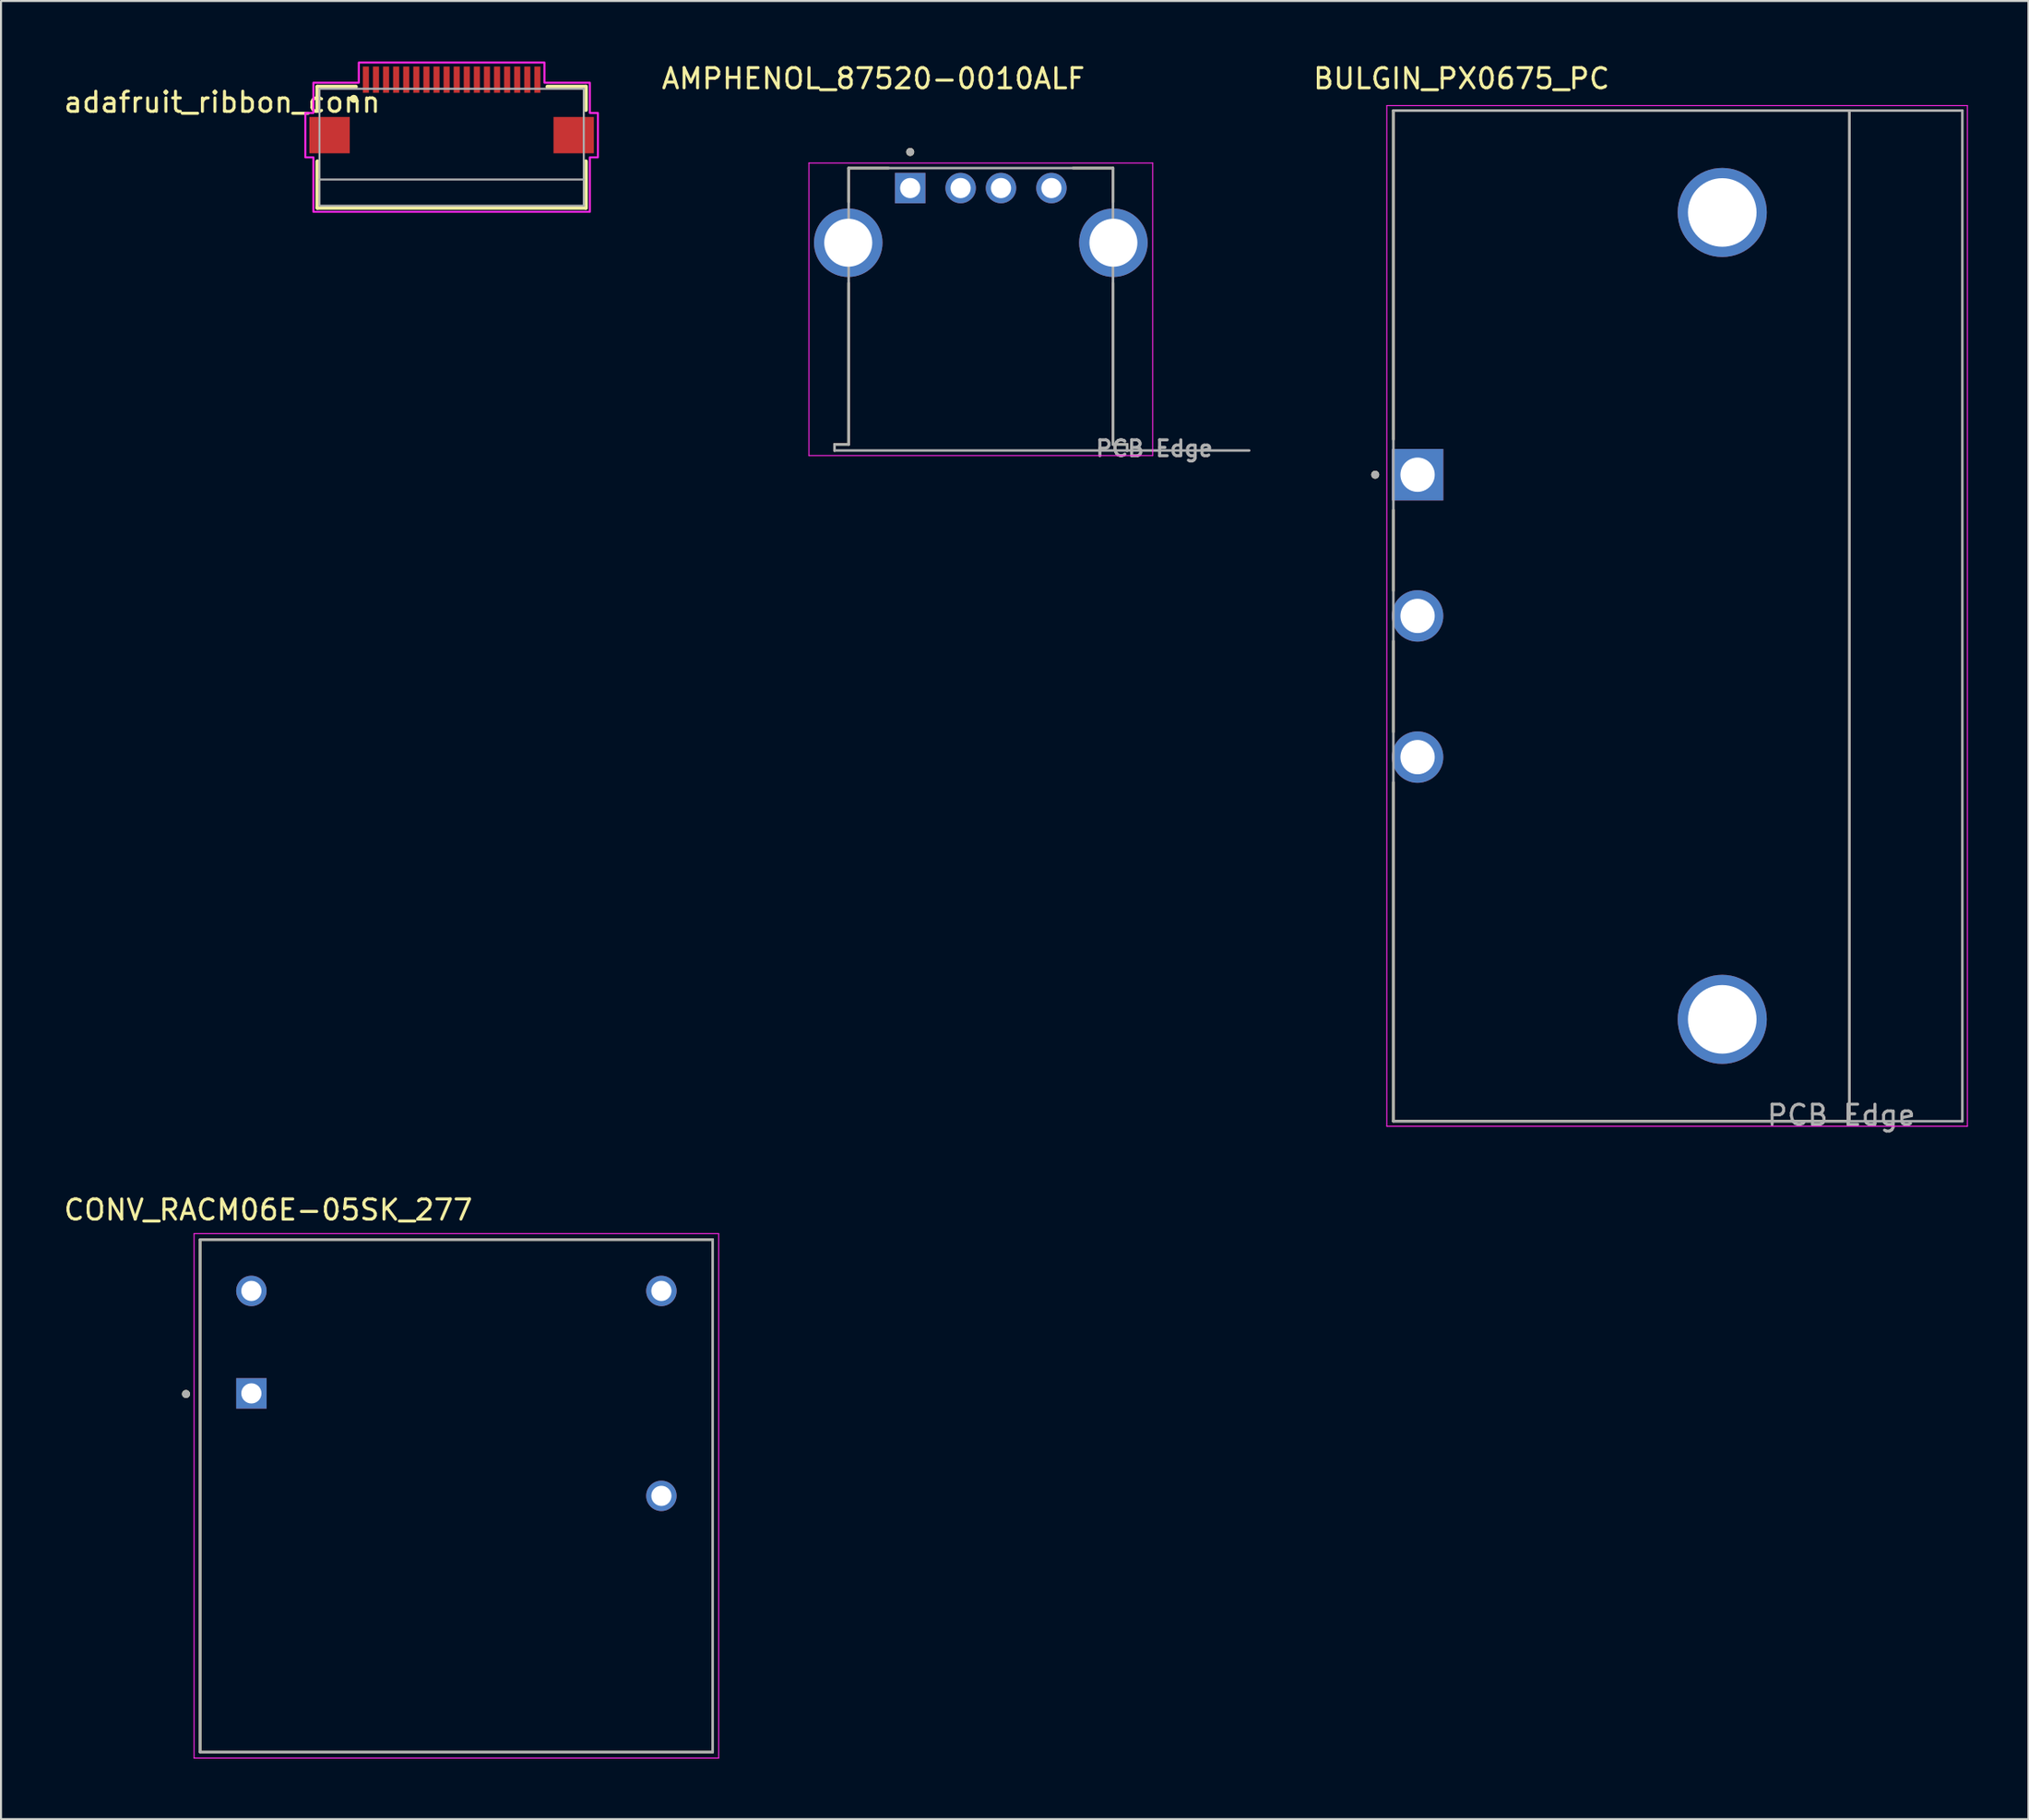
<source format=kicad_pcb>
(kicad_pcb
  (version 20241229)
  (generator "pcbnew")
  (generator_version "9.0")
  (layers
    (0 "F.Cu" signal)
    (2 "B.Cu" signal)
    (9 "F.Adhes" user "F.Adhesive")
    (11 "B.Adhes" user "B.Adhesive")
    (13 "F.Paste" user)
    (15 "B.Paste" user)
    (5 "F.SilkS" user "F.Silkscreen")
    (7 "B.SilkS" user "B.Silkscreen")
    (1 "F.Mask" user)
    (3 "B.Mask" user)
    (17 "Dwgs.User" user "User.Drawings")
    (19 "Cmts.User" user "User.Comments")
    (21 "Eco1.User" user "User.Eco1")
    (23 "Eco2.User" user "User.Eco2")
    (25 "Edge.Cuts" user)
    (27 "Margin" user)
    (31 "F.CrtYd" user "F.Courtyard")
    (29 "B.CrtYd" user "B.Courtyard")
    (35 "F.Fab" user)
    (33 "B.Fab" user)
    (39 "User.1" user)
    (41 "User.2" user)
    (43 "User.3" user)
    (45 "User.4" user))
  (footprint "adafruit_ribbon_conn"
    (layer "F.Cu")
    (at 19.333 4.25)
    (property "Reference" "adafruit_ribbon_conn" (at -11.375 -2.235 0) (layer "F.SilkS") (effects (font (size 1 1) (thickness 0.15))))
    (attr smd)
    (fp_line (start -6.65 -3) (end -6.65 -1.85) (stroke (width 0.2) (type solid)) (layer "F.SilkS"))
    (fp_line (start -6.65 0.7) (end -6.65 3) (stroke (width 0.2) (type solid)) (layer "F.SilkS"))
    (fp_line (start -6.65 3) (end 6.65 3) (stroke (width 0.2) (type solid)) (layer "F.SilkS"))
    (fp_line (start -4.75 -3) (end -6.65 -3) (stroke (width 0.2) (type solid)) (layer "F.SilkS"))
    (fp_line (start 4.75 -3) (end 6.65 -3) (stroke (width 0.2) (type solid)) (layer "F.SilkS"))
    (fp_line (start 6.65 -3) (end 6.65 -1.85) (stroke (width 0.2) (type solid)) (layer "F.SilkS"))
    (fp_line (start 6.65 3) (end 6.65 0.7) (stroke (width 0.2) (type solid)) (layer "F.SilkS"))
    (fp_circle (center -4.85 -2.4) (end -4.75 -2.4) (stroke (width 0.2) (type solid)) (fill no) (layer "F.SilkS"))
    (fp_poly (pts (xy -4.6 -4.2) (xy 4.6 -4.2) (xy 4.6 -3.2) (xy 6.85 -3.2) (xy 6.85 -1.7) (xy 7.25 -1.7) (xy 7.25 0.5) (xy 6.85 0.5) (xy 6.85 3.2) (xy -6.85 3.2) (xy -6.85 0.5) (xy -7.25 0.5) (xy -7.25 -1.7) (xy -6.85 -1.7) (xy -6.85 -3.2) (xy -4.6 -3.2)) (stroke (width 0.1) (type solid)) (fill no) (layer "F.CrtYd"))
    (fp_line (start -6.55 -2.9) (end 6.55 -2.9) (stroke (width 0.1) (type solid)) (layer "F.Fab"))
    (fp_line (start -6.55 1.6) (end -6.55 -2.9) (stroke (width 0.1) (type solid)) (layer "F.Fab"))
    (fp_line (start -6.55 1.6) (end 6.55 1.6) (stroke (width 0.1) (type solid)) (layer "F.Fab"))
    (fp_line (start -6.55 2.9) (end -6.55 1.6) (stroke (width 0.1) (type solid)) (layer "F.Fab"))
    (fp_line (start 6.55 -2.9) (end 6.55 1.6) (stroke (width 0.1) (type solid)) (layer "F.Fab"))
    (fp_line (start 6.55 1.6) (end 6.55 2.9) (stroke (width 0.1) (type solid)) (layer "F.Fab"))
    (fp_line (start 6.55 2.9) (end -6.55 2.9) (stroke (width 0.1) (type solid)) (layer "F.Fab"))
    (pad "1" smd rect (at -4.25 -3.35) (size 0.3 1.3) (layers "F.Cu" "F.Mask" "F.Paste"))
    (pad "2" smd rect (at -3.75 -3.35) (size 0.3 1.3) (layers "F.Cu" "F.Mask" "F.Paste"))
    (pad "3" smd rect (at -3.25 -3.35) (size 0.3 1.3) (layers "F.Cu" "F.Mask" "F.Paste"))
    (pad "4" smd rect (at -2.75 -3.35) (size 0.3 1.3) (layers "F.Cu" "F.Mask" "F.Paste"))
    (pad "5" smd rect (at -2.25 -3.35) (size 0.3 1.3) (layers "F.Cu" "F.Mask" "F.Paste"))
    (pad "6" smd rect (at -1.75 -3.35) (size 0.3 1.3) (layers "F.Cu" "F.Mask" "F.Paste"))
    (pad "7" smd rect (at -1.25 -3.35) (size 0.3 1.3) (layers "F.Cu" "F.Mask" "F.Paste"))
    (pad "8" smd rect (at -0.75 -3.35) (size 0.3 1.3) (layers "F.Cu" "F.Mask" "F.Paste"))
    (pad "9" smd rect (at -0.25 -3.35) (size 0.3 1.3) (layers "F.Cu" "F.Mask" "F.Paste"))
    (pad "10" smd rect (at 0.25 -3.35) (size 0.3 1.3) (layers "F.Cu" "F.Mask" "F.Paste"))
    (pad "11" smd rect (at 0.75 -3.35) (size 0.3 1.3) (layers "F.Cu" "F.Mask" "F.Paste"))
    (pad "12" smd rect (at 1.25 -3.35) (size 0.3 1.3) (layers "F.Cu" "F.Mask" "F.Paste"))
    (pad "13" smd rect (at 1.75 -3.35) (size 0.3 1.3) (layers "F.Cu" "F.Mask" "F.Paste"))
    (pad "14" smd rect (at 2.25 -3.35) (size 0.3 1.3) (layers "F.Cu" "F.Mask" "F.Paste"))
    (pad "15" smd rect (at 2.75 -3.35) (size 0.3 1.3) (layers "F.Cu" "F.Mask" "F.Paste"))
    (pad "16" smd rect (at 3.25 -3.35) (size 0.3 1.3) (layers "F.Cu" "F.Mask" "F.Paste"))
    (pad "17" smd rect (at 3.75 -3.35) (size 0.3 1.3) (layers "F.Cu" "F.Mask" "F.Paste"))
    (pad "18" smd rect (at 4.25 -3.35) (size 0.3 1.3) (layers "F.Cu" "F.Mask" "F.Paste"))
    (pad "Z1" smd rect (at -6.05 -0.6) (size 2 1.8) (layers "F.Cu" "F.Mask" "F.Paste"))
    (pad "Z2" smd rect (at 6.05 -0.6) (size 2 1.8) (layers "F.Cu" "F.Mask" "F.Paste")))
  (footprint "AMPHENOL_87520-0010ALF"
    (layer "F.Cu")
    (at 45.56 8.983)
    (property "Reference" "AMPHENOL_87520-0010ALF" (at -5.325 -8.135 0) (layer "F.SilkS") (effects (font (size 1 1) (thickness 0.15))))
    (attr through_hole)
    (fp_line (start -7.25 10.3) (end -7.25 10) (stroke (width 0.127) (type solid)) (layer "F.SilkS"))
    (fp_line (start -6.55 -3.7) (end -4.574 -3.7) (stroke (width 0.127) (type solid)) (layer "F.SilkS"))
    (fp_line (start -6.55 -2.018) (end -6.55 -3.7) (stroke (width 0.127) (type solid)) (layer "F.SilkS"))
    (fp_line (start -6.55 2) (end -6.55 10) (stroke (width 0.127) (type solid)) (layer "F.SilkS"))
    (fp_line (start -6.55 10) (end -7.25 10) (stroke (width 0.127) (type solid)) (layer "F.SilkS"))
    (fp_line (start 4.574 -3.7) (end 6.55 -3.7) (stroke (width 0.127) (type solid)) (layer "F.SilkS"))
    (fp_line (start 6.55 -3.7) (end 6.55 -2.018) (stroke (width 0.127) (type solid)) (layer "F.SilkS"))
    (fp_line (start 6.55 2) (end 6.55 10) (stroke (width 0.127) (type solid)) (layer "F.SilkS"))
    (fp_line (start 6.55 10) (end 7.25 10) (stroke (width 0.127) (type solid)) (layer "F.SilkS"))
    (fp_line (start 7.25 10.3) (end 7.25 10) (stroke (width 0.127) (type solid)) (layer "F.SilkS"))
    (fp_circle (center -3.5 -4.5) (end -3.4 -4.5) (stroke (width 0.2) (type solid)) (fill no) (layer "F.SilkS"))
    (fp_line (start -8.518 -3.95) (end -8.518 10.55) (stroke (width 0.05) (type solid)) (layer "F.CrtYd"))
    (fp_line (start -8.518 10.55) (end 8.518 10.55) (stroke (width 0.05) (type solid)) (layer "F.CrtYd"))
    (fp_line (start 8.518 -3.95) (end -8.518 -3.95) (stroke (width 0.05) (type solid)) (layer "F.CrtYd"))
    (fp_line (start 8.518 10.55) (end 8.518 -3.95) (stroke (width 0.05) (type solid)) (layer "F.CrtYd"))
    (fp_line (start -7.25 10) (end -6.55 10) (stroke (width 0.127) (type solid)) (layer "F.Fab"))
    (fp_line (start -7.25 10.3) (end -7.25 10) (stroke (width 0.127) (type solid)) (layer "F.Fab"))
    (fp_line (start -7.25 10.3) (end 7.25 10.3) (stroke (width 0.127) (type solid)) (layer "F.Fab"))
    (fp_line (start -6.55 -3.7) (end 6.55 -3.7) (stroke (width 0.127) (type solid)) (layer "F.Fab"))
    (fp_line (start -6.55 10) (end -6.55 -3.7) (stroke (width 0.127) (type solid)) (layer "F.Fab"))
    (fp_line (start 6.55 10) (end 6.55 -3.7) (stroke (width 0.127) (type solid)) (layer "F.Fab"))
    (fp_line (start 7.25 10) (end 6.55 10) (stroke (width 0.127) (type solid)) (layer "F.Fab"))
    (fp_line (start 7.25 10) (end 7.25 10.3) (stroke (width 0.127) (type solid)) (layer "F.Fab"))
    (fp_line (start 7.25 10.3) (end 13.3 10.3) (stroke (width 0.127) (type solid)) (layer "F.Fab"))
    (fp_circle (center -3.5 -4.5) (end -3.4 -4.5) (stroke (width 0.2) (type solid)) (fill no) (layer "F.Fab"))
    (fp_text user "PCB Edge" (at 8.6 10.2 0) (layer "F.Fab") (effects (font (size 0.787 0.787) (thickness 0.15))))
    (pad "1" thru_hole rect (at -3.5 -2.71) (size 1.508 1.508) (drill 1) (layers "*.Cu" "*.Mask"))
    (pad "2" thru_hole circle (at -1 -2.71) (size 1.508 1.508) (drill 1) (layers "*.Cu" "*.Mask"))
    (pad "3" thru_hole circle (at 1 -2.71) (size 1.508 1.508) (drill 1) (layers "*.Cu" "*.Mask"))
    (pad "4" thru_hole circle (at 3.5 -2.71) (size 1.508 1.508) (drill 1) (layers "*.Cu" "*.Mask"))
    (pad "5" thru_hole circle (at -6.57 0) (size 3.396 3.396) (drill 2.38) (layers "*.Cu" "*.Mask"))
    (pad "5" thru_hole circle (at 6.57 0) (size 3.396 3.396) (drill 2.38) (layers "*.Cu" "*.Mask")))
  (footprint "BULGIN_PX0675_PC"
    (layer "F.Cu")
    (at 80.106 27.483)
    (property "Reference" "BULGIN_PX0675_PC" (at -10.725 -26.635 0) (layer "F.SilkS") (effects (font (size 1 1) (thickness 0.15))))
    (attr through_hole)
    (fp_line (start -14.1 -25.05) (end 8.5 -25.05) (stroke (width 0.127) (type solid)) (layer "F.SilkS"))
    (fp_line (start -14.1 -8.75) (end -14.1 -25.05) (stroke (width 0.127) (type solid)) (layer "F.SilkS"))
    (fp_line (start -14.1 -1.25) (end -14.1 -5.25) (stroke (width 0.127) (type solid)) (layer "F.SilkS"))
    (fp_line (start -14.1 5.75) (end -14.1 1.25) (stroke (width 0.127) (type solid)) (layer "F.SilkS"))
    (fp_line (start -14.1 25.05) (end -14.1 8.25) (stroke (width 0.127) (type solid)) (layer "F.SilkS"))
    (fp_line (start 8.5 -25.05) (end 8.5 25.05) (stroke (width 0.127) (type solid)) (layer "F.SilkS"))
    (fp_line (start 8.5 25.05) (end -14.1 25.05) (stroke (width 0.127) (type solid)) (layer "F.SilkS"))
    (fp_circle (center -15 -7) (end -14.9 -7) (stroke (width 0.2) (type solid)) (fill no) (layer "F.SilkS"))
    (fp_line (start -14.425 -25.3) (end 14.35 -25.3) (stroke (width 0.05) (type solid)) (layer "F.CrtYd"))
    (fp_line (start -14.425 25.3) (end -14.425 -25.3) (stroke (width 0.05) (type solid)) (layer "F.CrtYd"))
    (fp_line (start 14.35 -25.3) (end 14.35 25.3) (stroke (width 0.05) (type solid)) (layer "F.CrtYd"))
    (fp_line (start 14.35 25.3) (end -14.425 25.3) (stroke (width 0.05) (type solid)) (layer "F.CrtYd"))
    (fp_line (start -14.1 -25.05) (end 8.5 -25.05) (stroke (width 0.127) (type solid)) (layer "F.Fab"))
    (fp_line (start -14.1 25.05) (end -14.1 -25.05) (stroke (width 0.127) (type solid)) (layer "F.Fab"))
    (fp_line (start 8.5 -25.05) (end 8.5 25.05) (stroke (width 0.127) (type solid)) (layer "F.Fab"))
    (fp_line (start 8.5 -25.05) (end 14.1 -25.05) (stroke (width 0.127) (type solid)) (layer "F.Fab"))
    (fp_line (start 8.5 25.05) (end -14.1 25.05) (stroke (width 0.127) (type solid)) (layer "F.Fab"))
    (fp_line (start 14.1 -25.05) (end 14.1 25.05) (stroke (width 0.127) (type solid)) (layer "F.Fab"))
    (fp_line (start 14.1 25.05) (end 8.5 25.05) (stroke (width 0.127) (type solid)) (layer "F.Fab"))
    (fp_circle (center -15 -7) (end -14.9 -7) (stroke (width 0.2) (type solid)) (fill no) (layer "F.Fab"))
    (fp_text user "PCB Edge" (at 8.1 24.75 0) (layer "F.Fab") (effects (font (size 1 1) (thickness 0.15))))
    (pad "1" thru_hole rect (at -12.9 -7) (size 2.55 2.55) (drill 1.7) (layers "*.Cu" "*.Mask"))
    (pad "2" thru_hole circle (at -12.9 7) (size 2.55 2.55) (drill 1.7) (layers "*.Cu" "*.Mask"))
    (pad "3" thru_hole circle (at -12.9 0) (size 2.55 2.55) (drill 1.7) (layers "*.Cu" "*.Mask"))
    (pad "S1" thru_hole circle (at 2.2 -20) (size 4.416 4.416) (drill 3.4) (layers "*.Cu" "*.Mask"))
    (pad "S2" thru_hole circle (at 2.2 20) (size 4.416 4.416) (drill 3.4) (layers "*.Cu" "*.Mask")))
  (footprint "CONV_RACM06E-05SK_277"
    (layer "F.Cu")
    (at 19.569 71.105)
    (property "Reference" "CONV_RACM06E-05SK_277" (at -9.325 -14.175 0) (layer "F.SilkS") (effects (font (size 1 1) (thickness 0.15))))
    (attr through_hole)
    (fp_line (start -12.7 -12.7) (end -12.7 12.7) (stroke (width 0.127) (type solid)) (layer "F.SilkS"))
    (fp_line (start -12.7 12.7) (end 12.7 12.7) (stroke (width 0.127) (type solid)) (layer "F.SilkS"))
    (fp_line (start 12.7 -12.7) (end -12.7 -12.7) (stroke (width 0.127) (type solid)) (layer "F.SilkS"))
    (fp_line (start 12.7 12.7) (end 12.7 -12.7) (stroke (width 0.127) (type solid)) (layer "F.SilkS"))
    (fp_circle (center -13.4 -5.05) (end -13.3 -5.05) (stroke (width 0.2) (type solid)) (fill no) (layer "F.SilkS"))
    (fp_line (start -13 -13) (end -13 13) (stroke (width 0.05) (type solid)) (layer "F.CrtYd"))
    (fp_line (start -13 13) (end 13 13) (stroke (width 0.05) (type solid)) (layer "F.CrtYd"))
    (fp_line (start 13 -13) (end -13 -13) (stroke (width 0.05) (type solid)) (layer "F.CrtYd"))
    (fp_line (start 13 13) (end 13 -13) (stroke (width 0.05) (type solid)) (layer "F.CrtYd"))
    (fp_line (start -12.7 -12.7) (end -12.7 12.7) (stroke (width 0.127) (type solid)) (layer "F.Fab"))
    (fp_line (start -12.7 12.7) (end 12.7 12.7) (stroke (width 0.127) (type solid)) (layer "F.Fab"))
    (fp_line (start 12.7 -12.7) (end -12.7 -12.7) (stroke (width 0.127) (type solid)) (layer "F.Fab"))
    (fp_line (start 12.7 12.7) (end 12.7 -12.7) (stroke (width 0.127) (type solid)) (layer "F.Fab"))
    (fp_circle (center -13.4 -5.05) (end -13.3 -5.05) (stroke (width 0.2) (type solid)) (fill no) (layer "F.Fab"))
    (pad "1" thru_hole rect (at -10.16 -5.08) (size 1.508 1.508) (drill 1) (layers "*.Cu" "*.Mask"))
    (pad "2" thru_hole circle (at -10.16 -10.16) (size 1.508 1.508) (drill 1) (layers "*.Cu" "*.Mask"))
    (pad "4" thru_hole circle (at 10.16 0) (size 1.508 1.508) (drill 1) (layers "*.Cu" "*.Mask"))
    (pad "5" thru_hole circle (at 10.16 -10.16) (size 1.508 1.508) (drill 1) (layers "*.Cu" "*.Mask")))
  (gr_rect
    (start -3 -3)
    (end 97.481 87.13)
    (stroke (width 0.1) (type default))
    (fill no)
    (layer "Edge.Cuts")))
</source>
